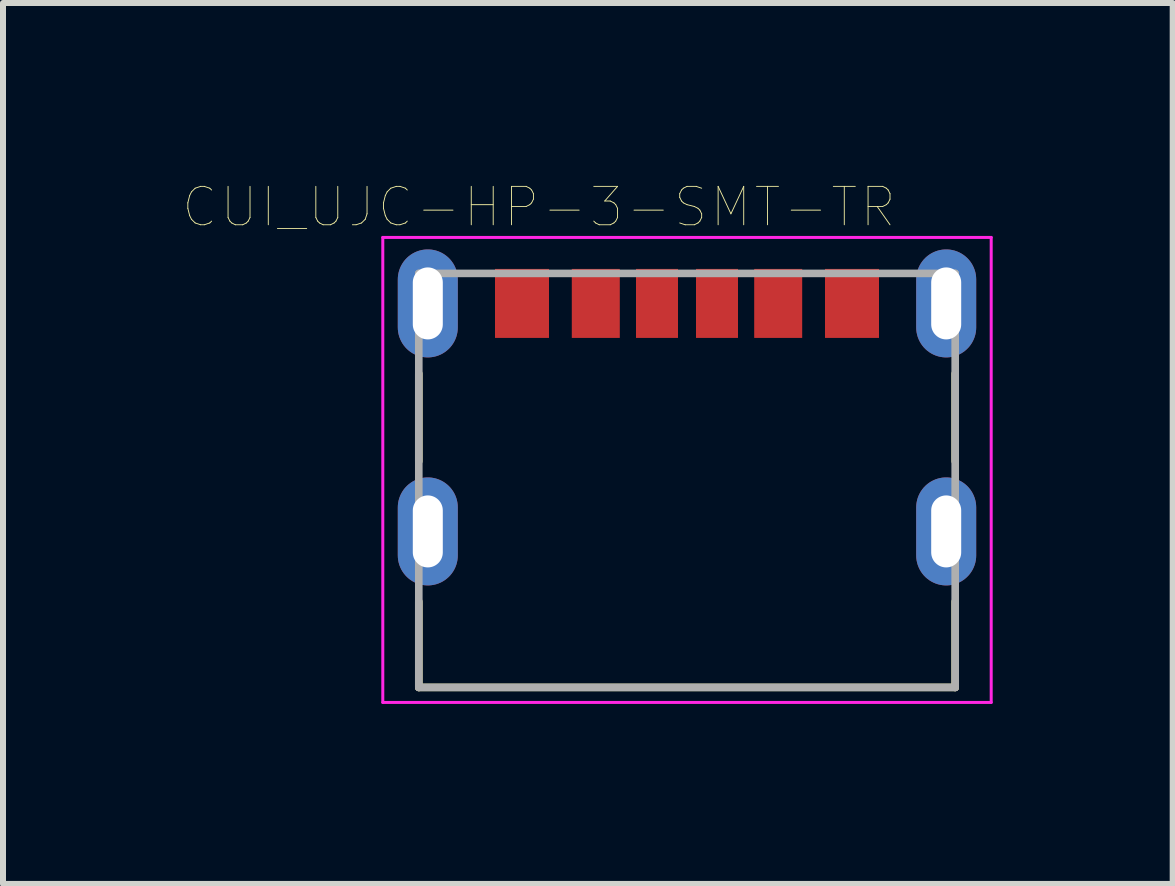
<source format=kicad_pcb>
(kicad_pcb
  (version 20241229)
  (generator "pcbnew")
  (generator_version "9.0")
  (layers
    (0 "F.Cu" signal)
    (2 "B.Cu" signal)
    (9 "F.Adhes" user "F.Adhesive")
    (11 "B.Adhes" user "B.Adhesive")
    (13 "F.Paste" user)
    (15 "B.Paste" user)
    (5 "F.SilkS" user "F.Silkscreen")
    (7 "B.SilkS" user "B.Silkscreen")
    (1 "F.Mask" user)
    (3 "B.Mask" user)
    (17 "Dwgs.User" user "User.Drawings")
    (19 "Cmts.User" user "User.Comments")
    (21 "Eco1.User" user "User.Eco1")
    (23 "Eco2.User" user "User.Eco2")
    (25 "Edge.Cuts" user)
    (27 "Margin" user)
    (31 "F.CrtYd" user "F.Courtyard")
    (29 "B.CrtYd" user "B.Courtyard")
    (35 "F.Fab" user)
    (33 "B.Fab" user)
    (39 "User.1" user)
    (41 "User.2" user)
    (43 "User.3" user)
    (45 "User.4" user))
  (footprint "CUI_UJC-HP-3-SMT-TR"
    (layer "F.Cu")
    (at 8.4 2.007)
    (property "Reference" "CUI_UJC-HP-3-SMT-TR" (at -2.468 -1.606 0) (layer "F.SilkS") (effects (font (size 0.64 0.64) (thickness 0.015))))
    (attr through_hole)
    (fp_line (start -4.47 2.63) (end -4.47 1.17) (stroke (width 0.127) (type solid)) (layer "F.SilkS"))
    (fp_line (start -4.47 6.4) (end -4.47 4.97) (stroke (width 0.127) (type solid)) (layer "F.SilkS"))
    (fp_line (start -4.47 6.4) (end 4.47 6.4) (stroke (width 0.127) (type solid)) (layer "F.SilkS"))
    (fp_line (start 4.47 2.63) (end 4.47 1.17) (stroke (width 0.127) (type solid)) (layer "F.SilkS"))
    (fp_line (start 4.47 6.4) (end 4.47 4.97) (stroke (width 0.127) (type solid)) (layer "F.SilkS"))
    (fp_line (start -5.07 -1.1) (end -5.07 6.65) (stroke (width 0.05) (type solid)) (layer "F.CrtYd"))
    (fp_line (start -5.07 6.65) (end 5.07 6.65) (stroke (width 0.05) (type solid)) (layer "F.CrtYd"))
    (fp_line (start 5.07 -1.1) (end -5.07 -1.1) (stroke (width 0.05) (type solid)) (layer "F.CrtYd"))
    (fp_line (start 5.07 6.65) (end 5.07 -1.1) (stroke (width 0.05) (type solid)) (layer "F.CrtYd"))
    (fp_line (start -4.47 -0.5) (end -4.47 6.4) (stroke (width 0.127) (type solid)) (layer "F.Fab"))
    (fp_line (start -4.47 6.4) (end 4.47 6.4) (stroke (width 0.127) (type solid)) (layer "F.Fab"))
    (fp_line (start 4.47 -0.5) (end -4.47 -0.5) (stroke (width 0.127) (type solid)) (layer "F.Fab"))
    (fp_line (start 4.47 6.4) (end 4.47 -0.5) (stroke (width 0.127) (type solid)) (layer "F.Fab"))
    (pad "" thru_hole oval (at -4.32 0) (size 1 1.8) (drill oval 0.5 1.2) (layers "*.Cu" "*.Mask"))
    (pad "" thru_hole oval (at -4.32 3.8) (size 1 1.8) (drill oval 0.5 1.2) (layers "*.Cu" "*.Mask"))
    (pad "" thru_hole oval (at 4.32 0) (size 1 1.8) (drill oval 0.5 1.2) (layers "*.Cu" "*.Mask"))
    (pad "" thru_hole oval (at 4.32 3.8) (size 1 1.8) (drill oval 0.5 1.2) (layers "*.Cu" "*.Mask"))
    (pad "A5" smd rect (at -0.5 0) (size 0.7 1.15) (layers "F.Cu" "F.Mask" "F.Paste"))
    (pad "A9" smd rect (at 1.52 0) (size 0.8 1.15) (layers "F.Cu" "F.Mask" "F.Paste"))
    (pad "A12" smd rect (at 2.75 0) (size 0.9 1.15) (layers "F.Cu" "F.Mask" "F.Paste"))
    (pad "B5" smd rect (at 0.5 0) (size 0.7 1.15) (layers "F.Cu" "F.Mask" "F.Paste"))
    (pad "B9" smd rect (at -1.52 0) (size 0.8 1.15) (layers "F.Cu" "F.Mask" "F.Paste"))
    (pad "B12" smd rect (at -2.75 0) (size 0.9 1.15) (layers "F.Cu" "F.Mask" "F.Paste")))
  (gr_rect
    (start -3 -3)
    (end 16.495 11.682)
    (stroke (width 0.1) (type default))
    (fill no)
    (layer "Edge.Cuts")))
</source>
